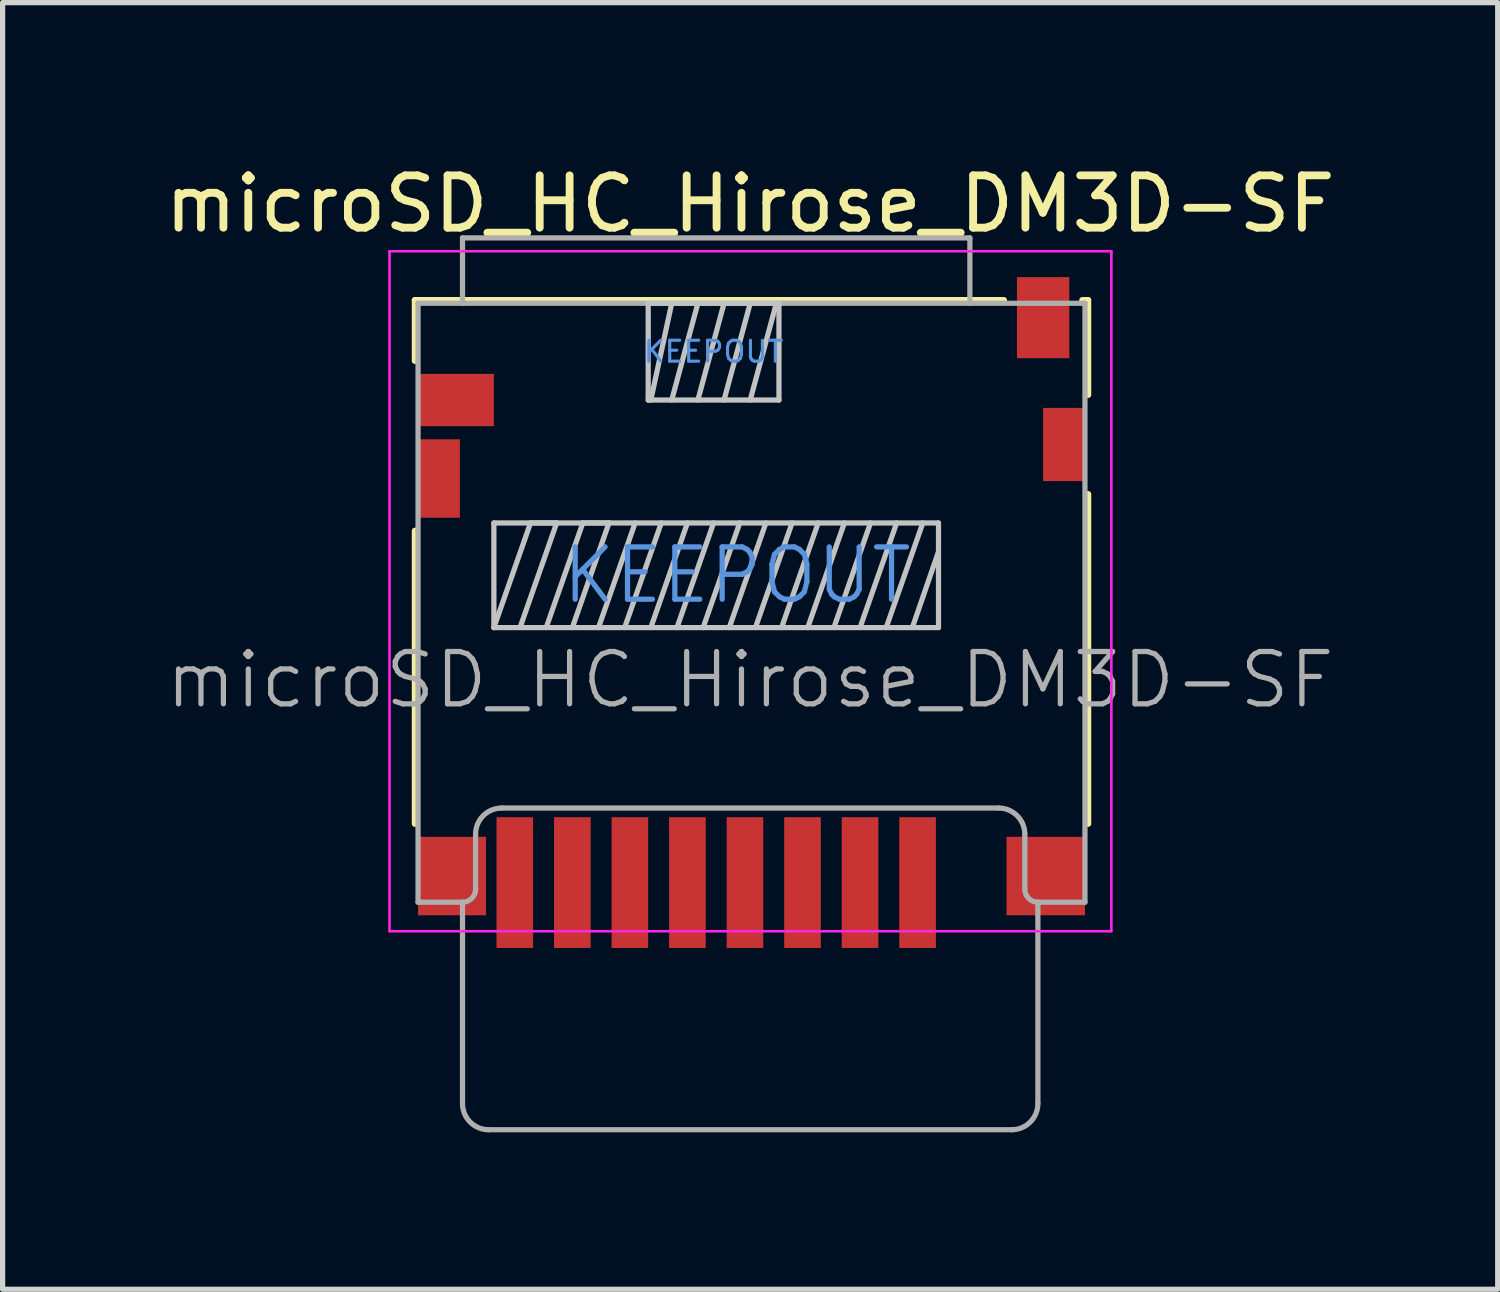
<source format=kicad_pcb>
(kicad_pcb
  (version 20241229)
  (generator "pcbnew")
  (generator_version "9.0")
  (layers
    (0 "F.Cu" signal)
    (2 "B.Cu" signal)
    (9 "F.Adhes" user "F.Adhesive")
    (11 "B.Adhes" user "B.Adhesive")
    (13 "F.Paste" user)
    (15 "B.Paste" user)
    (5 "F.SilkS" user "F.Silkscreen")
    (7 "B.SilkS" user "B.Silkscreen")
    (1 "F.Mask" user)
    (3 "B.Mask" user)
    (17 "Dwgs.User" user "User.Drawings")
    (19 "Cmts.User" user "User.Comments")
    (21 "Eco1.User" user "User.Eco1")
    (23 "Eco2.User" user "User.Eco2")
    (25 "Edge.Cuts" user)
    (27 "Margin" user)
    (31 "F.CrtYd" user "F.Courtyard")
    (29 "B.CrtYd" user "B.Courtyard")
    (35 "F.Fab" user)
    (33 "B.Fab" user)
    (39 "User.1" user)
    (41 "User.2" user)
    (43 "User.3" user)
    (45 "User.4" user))
  (footprint "microSD_HC_Hirose_DM3D-SF"
    (layer "F.Cu")
    (at 11.317 8.473)
    (property "Reference" "microSD_HC_Hirose_DM3D-SF" (at -0.025 -7.625 0) (layer "F.SilkS") (effects (font (size 1 1) (thickness 0.15))))
    (attr smd)
    (fp_line (start -6.435 -5.785) (end 4.825 -5.785) (stroke (width 0.12) (type solid)) (layer "F.SilkS"))
    (fp_line (start -6.435 -4.625) (end -6.435 -5.785) (stroke (width 0.12) (type solid)) (layer "F.SilkS"))
    (fp_line (start -6.435 -1.375) (end -6.435 4.225) (stroke (width 0.12) (type solid)) (layer "F.SilkS"))
    (fp_line (start 6.325 -5.785) (end 6.435 -5.785) (stroke (width 0.12) (type solid)) (layer "F.SilkS"))
    (fp_line (start 6.435 -5.785) (end 6.435 -3.975) (stroke (width 0.12) (type solid)) (layer "F.SilkS"))
    (fp_line (start 6.435 -2.075) (end 6.435 4.225) (stroke (width 0.12) (type solid)) (layer "F.SilkS"))
    (fp_line (start -4.925 -1.525) (end -4.925 0.475) (stroke (width 0.1) (type solid)) (layer "Dwgs.User"))
    (fp_line (start -4.925 -1.525) (end 3.575 -1.525) (stroke (width 0.1) (type solid)) (layer "Dwgs.User"))
    (fp_line (start -4.925 0.475) (end -4.225 -1.525) (stroke (width 0.1) (type solid)) (layer "Dwgs.User"))
    (fp_line (start -4.925 0.475) (end 3.575 0.475) (stroke (width 0.1) (type solid)) (layer "Dwgs.User"))
    (fp_line (start -4.425 0.475) (end -3.725 -1.525) (stroke (width 0.1) (type solid)) (layer "Dwgs.User"))
    (fp_line (start -4.225 -1.525) (end -3.725 -1.525) (stroke (width 0.1) (type solid)) (layer "Dwgs.User"))
    (fp_line (start -3.925 0.475) (end -3.225 -1.525) (stroke (width 0.1) (type solid)) (layer "Dwgs.User"))
    (fp_line (start -3.425 0.475) (end -2.725 -1.525) (stroke (width 0.1) (type solid)) (layer "Dwgs.User"))
    (fp_line (start -3.225 -1.525) (end -2.725 -1.525) (stroke (width 0.1) (type solid)) (layer "Dwgs.User"))
    (fp_line (start -2.925 0.475) (end -2.225 -1.525) (stroke (width 0.1) (type solid)) (layer "Dwgs.User"))
    (fp_line (start -2.425 0.475) (end -1.725 -1.525) (stroke (width 0.1) (type solid)) (layer "Dwgs.User"))
    (fp_line (start -1.975 -5.725) (end -1.975 -3.875) (stroke (width 0.1) (type solid)) (layer "Dwgs.User"))
    (fp_line (start -1.925 -3.875) (end -1.525 -5.725) (stroke (width 0.1) (type solid)) (layer "Dwgs.User"))
    (fp_line (start -1.925 0.475) (end -1.225 -1.525) (stroke (width 0.1) (type solid)) (layer "Dwgs.User"))
    (fp_line (start -1.425 0.475) (end -0.725 -1.525) (stroke (width 0.1) (type solid)) (layer "Dwgs.User"))
    (fp_line (start -1.025 -5.725) (end -1.525 -3.875) (stroke (width 0.1) (type solid)) (layer "Dwgs.User"))
    (fp_line (start -1.025 -3.875) (end -0.525 -5.725) (stroke (width 0.1) (type solid)) (layer "Dwgs.User"))
    (fp_line (start -0.925 0.475) (end -0.225 -1.525) (stroke (width 0.1) (type solid)) (layer "Dwgs.User"))
    (fp_line (start -0.425 0.475) (end 0.275 -1.525) (stroke (width 0.1) (type solid)) (layer "Dwgs.User"))
    (fp_line (start -0.025 -5.725) (end -0.525 -3.875) (stroke (width 0.1) (type solid)) (layer "Dwgs.User"))
    (fp_line (start -0.025 -3.875) (end 0.475 -5.725) (stroke (width 0.1) (type solid)) (layer "Dwgs.User"))
    (fp_line (start 0.075 0.475) (end 0.775 -1.525) (stroke (width 0.1) (type solid)) (layer "Dwgs.User"))
    (fp_line (start 0.525 -5.725) (end -1.975 -5.725) (stroke (width 0.1) (type solid)) (layer "Dwgs.User"))
    (fp_line (start 0.525 -3.875) (end -1.975 -3.875) (stroke (width 0.1) (type solid)) (layer "Dwgs.User"))
    (fp_line (start 0.525 -3.875) (end 0.525 -5.725) (stroke (width 0.1) (type solid)) (layer "Dwgs.User"))
    (fp_line (start 0.575 0.475) (end 1.275 -1.525) (stroke (width 0.1) (type solid)) (layer "Dwgs.User"))
    (fp_line (start 1.075 0.475) (end 1.775 -1.525) (stroke (width 0.1) (type solid)) (layer "Dwgs.User"))
    (fp_line (start 1.575 0.475) (end 2.275 -1.525) (stroke (width 0.1) (type solid)) (layer "Dwgs.User"))
    (fp_line (start 2.075 0.475) (end 2.775 -1.525) (stroke (width 0.1) (type solid)) (layer "Dwgs.User"))
    (fp_line (start 2.575 0.475) (end 3.275 -1.525) (stroke (width 0.1) (type solid)) (layer "Dwgs.User"))
    (fp_line (start 3.075 0.475) (end 3.575 -0.975) (stroke (width 0.1) (type solid)) (layer "Dwgs.User"))
    (fp_line (start 3.575 0.475) (end 3.575 -1.525) (stroke (width 0.1) (type solid)) (layer "Dwgs.User"))
    (fp_line (start -6.92 -6.72) (end 6.88 -6.72) (stroke (width 0.05) (type solid)) (layer "F.CrtYd"))
    (fp_line (start -6.92 6.28) (end -6.92 -6.72) (stroke (width 0.05) (type solid)) (layer "F.CrtYd"))
    (fp_line (start 6.88 -6.72) (end 6.88 6.28) (stroke (width 0.05) (type solid)) (layer "F.CrtYd"))
    (fp_line (start 6.88 6.28) (end -6.92 6.28) (stroke (width 0.05) (type solid)) (layer "F.CrtYd"))
    (fp_line (start -6.375 -5.725) (end 6.375 -5.725) (stroke (width 0.1) (type solid)) (layer "F.Fab"))
    (fp_line (start -6.375 5.725) (end -6.375 -5.725) (stroke (width 0.1) (type solid)) (layer "F.Fab"))
    (fp_line (start -6.375 5.725) (end -5.525 5.725) (stroke (width 0.1) (type solid)) (layer "F.Fab"))
    (fp_line (start -5.525 -6.975) (end 4.175 -6.975) (stroke (width 0.1) (type solid)) (layer "F.Fab"))
    (fp_line (start -5.525 -5.725) (end -5.525 -6.975) (stroke (width 0.1) (type solid)) (layer "F.Fab"))
    (fp_line (start -5.525 5.725) (end -5.525 9.575) (stroke (width 0.1) (type solid)) (layer "F.Fab"))
    (fp_line (start -5.275 5.475) (end -5.275 4.425) (stroke (width 0.1) (type solid)) (layer "F.Fab"))
    (fp_line (start -5.025 10.075) (end 4.975 10.075) (stroke (width 0.1) (type solid)) (layer "F.Fab"))
    (fp_line (start -4.775 3.925) (end 4.725 3.925) (stroke (width 0.1) (type solid)) (layer "F.Fab"))
    (fp_line (start 4.175 -5.725) (end 4.175 -6.975) (stroke (width 0.1) (type solid)) (layer "F.Fab"))
    (fp_line (start 5.225 5.475) (end 5.225 4.425) (stroke (width 0.1) (type solid)) (layer "F.Fab"))
    (fp_line (start 5.475 5.725) (end 6.375 5.725) (stroke (width 0.1) (type solid)) (layer "F.Fab"))
    (fp_line (start 5.475 9.575) (end 5.475 5.725) (stroke (width 0.1) (type solid)) (layer "F.Fab"))
    (fp_line (start 6.375 5.725) (end 6.375 -5.725) (stroke (width 0.1) (type solid)) (layer "F.Fab"))
    (fp_arc (start -5.275 4.425) (mid -5.128553 4.071447) (end -4.775 3.925) (stroke (width 0.1) (type solid)) (layer "F.Fab"))
    (fp_arc (start -5.275 5.475) (mid -5.348223 5.651777) (end -5.525 5.725) (stroke (width 0.1) (type solid)) (layer "F.Fab"))
    (fp_arc (start -5.025 10.075) (mid -5.378553 9.928553) (end -5.525 9.575) (stroke (width 0.1) (type solid)) (layer "F.Fab"))
    (fp_arc (start 4.725 3.925) (mid 5.078553 4.071447) (end 5.225 4.425) (stroke (width 0.1) (type solid)) (layer "F.Fab"))
    (fp_arc (start 5.475 5.725) (mid 5.298223 5.651777) (end 5.225 5.475) (stroke (width 0.1) (type solid)) (layer "F.Fab"))
    (fp_arc (start 5.475 9.575) (mid 5.328553 9.928553) (end 4.975 10.075) (stroke (width 0.1) (type solid)) (layer "F.Fab"))
    (fp_text user "KEEPOUT" (at -0.275 -0.525 0) (layer "Cmts.User") (effects (font (size 1 1) (thickness 0.1))))
    (fp_text user "KEEPOUT" (at -0.725 -4.8 0) (layer "Cmts.User") (effects (font (size 0.4 0.4) (thickness 0.06))))
    (fp_text user "${REFERENCE}" (at -0.025 1.475 0) (layer "F.Fab") (effects (font (size 1 1) (thickness 0.1))))
    (pad "1" smd rect (at 3.175 5.35) (size 0.7 2.5) (layers "F.Cu" "F.Mask" "F.Paste"))
    (pad "2" smd rect (at 2.075 5.35) (size 0.7 2.5) (layers "F.Cu" "F.Mask" "F.Paste"))
    (pad "3" smd rect (at 0.975 5.35) (size 0.7 2.5) (layers "F.Cu" "F.Mask" "F.Paste"))
    (pad "4" smd rect (at -0.125 5.35) (size 0.7 2.5) (layers "F.Cu" "F.Mask" "F.Paste"))
    (pad "5" smd rect (at -1.225 5.35) (size 0.7 2.5) (layers "F.Cu" "F.Mask" "F.Paste"))
    (pad "6" smd rect (at -2.325 5.35) (size 0.7 2.5) (layers "F.Cu" "F.Mask" "F.Paste"))
    (pad "7" smd rect (at -3.425 5.35) (size 0.7 2.5) (layers "F.Cu" "F.Mask" "F.Paste"))
    (pad "8" smd rect (at -4.525 5.35) (size 0.7 2.5) (layers "F.Cu" "F.Mask" "F.Paste"))
    (pad "9" smd rect (at -5.65 -3.875) (size 1.45 1) (layers "F.Cu" "F.Mask" "F.Paste"))
    (pad "10" smd rect (at 5.575 -5.45) (size 1 1.55) (layers "F.Cu" "F.Mask" "F.Paste"))
    (pad "11" smd rect (at -5.975 -2.375) (size 0.8 1.5) (layers "F.Cu" "F.Mask" "F.Paste"))
    (pad "11" smd rect (at -5.725 5.225) (size 1.3 1.5) (layers "F.Cu" "F.Mask" "F.Paste"))
    (pad "11" smd rect (at 5.625 5.225) (size 1.5 1.5) (layers "F.Cu" "F.Mask" "F.Paste"))
    (pad "11" smd rect (at 5.975 -3.025) (size 0.8 1.4) (layers "F.Cu" "F.Mask" "F.Paste")))
  (gr_rect
    (start -3 -3)
    (end 25.583 21.598)
    (stroke (width 0.1) (type default))
    (fill no)
    (layer "Edge.Cuts")))
</source>
